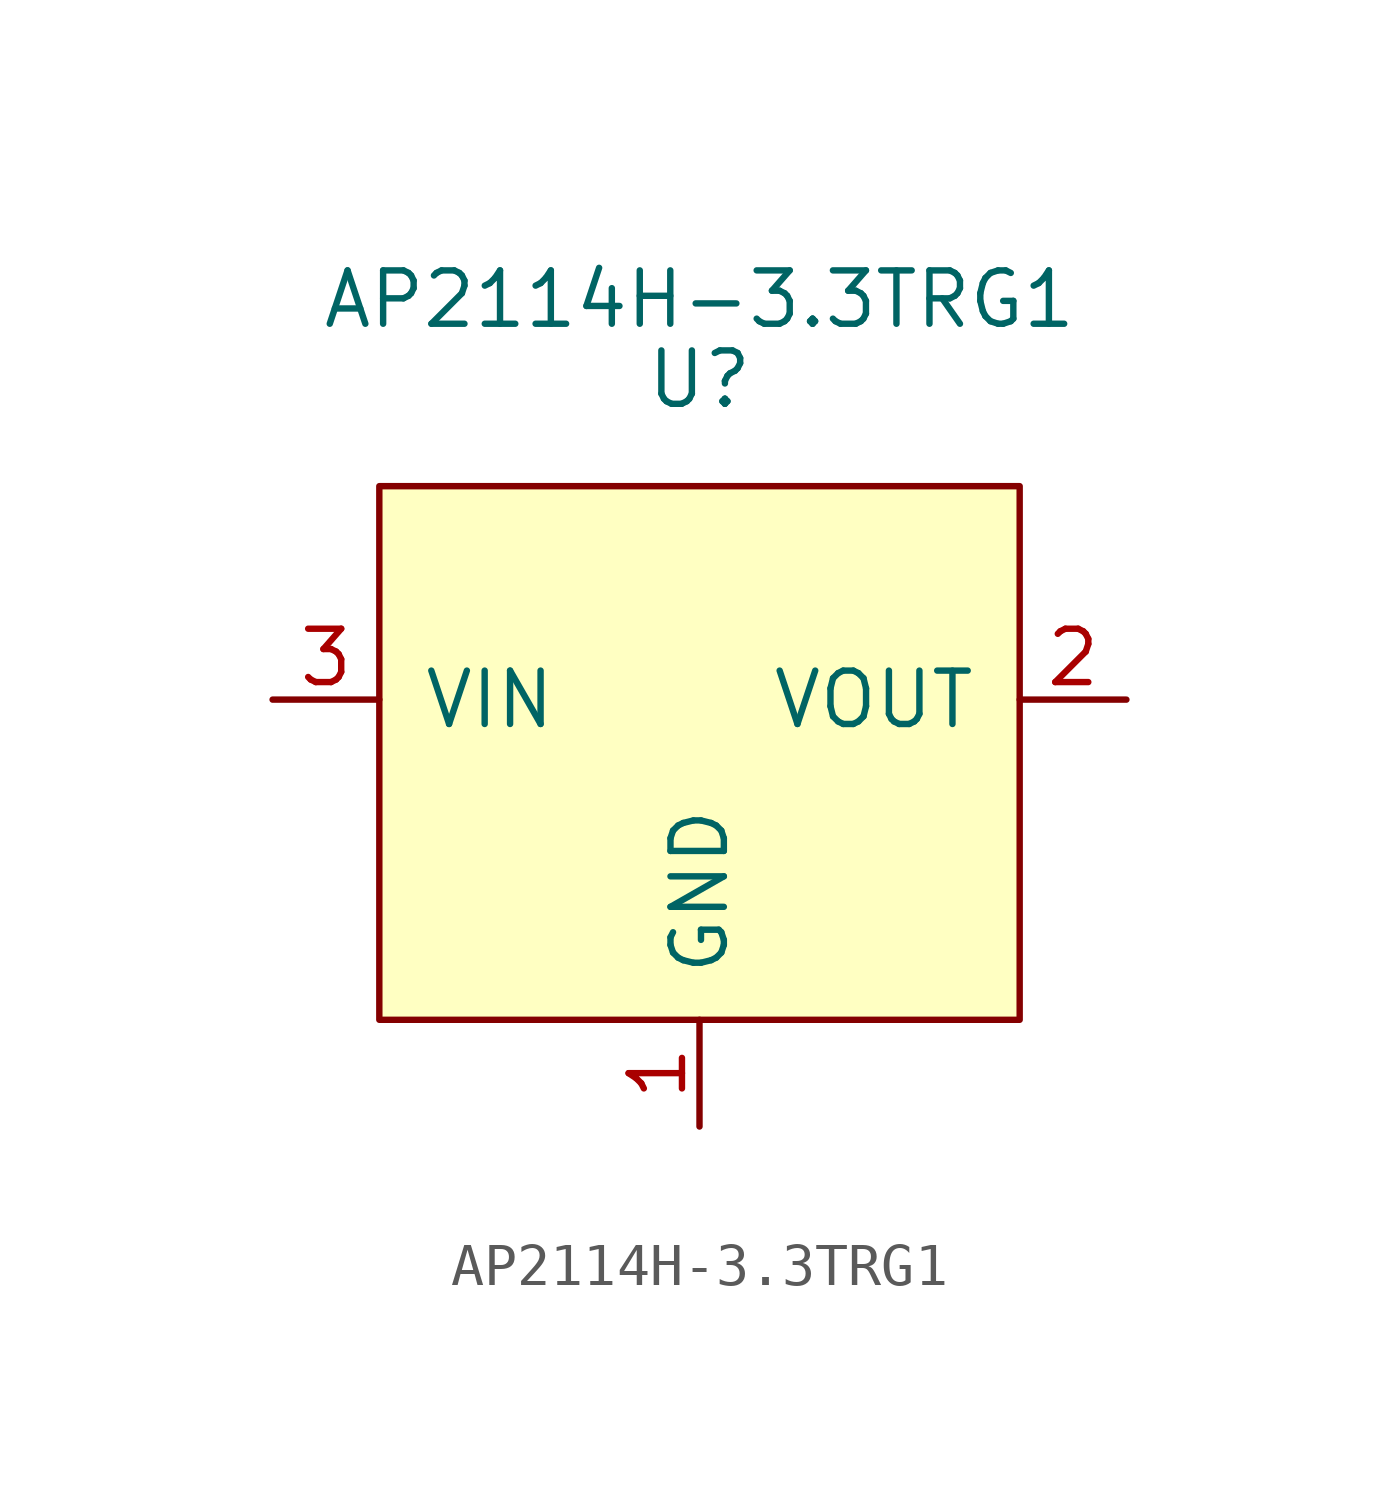
<source format=kicad_sym>
(kicad_symbol_lib
  (version 20211014)
  (generator kicad_symbol_editor)
  (symbol "AP2114H-3.3TRG1"
    (pin_names
      (offset 1.016))
    (property "Reference" "U"
      (at 0 6.35 0)
      (effects (font (size 1.27 1.27))))
    (property "Value" "AP2114H-3.3TRG1"
      (at 0 8.255 0)
      (effects (font (size 1.27 1.27))))
    (symbol "AP2114H-3.3TRG1_0_1"
      (rectangle (start -7.62 3.81) (end 7.62 -8.89) (stroke (width 0) (type default) (color 0 0 0 0)) (fill (type background))))
    (symbol "AP2114H-3.3TRG1_1_1"
      (pin input line (at 0 -11.43 90) (length 2.54) (name "GND" (effects (font (size 1.27 1.27)))) (number "1" (effects (font (size 1.27 1.27)))))
      (pin output line (at 10.16 -1.27 180) (length 2.54) (name "VOUT" (effects (font (size 1.27 1.27)))) (number "2" (effects (font (size 1.27 1.27)))))
      (pin input line (at -10.16 -1.27 0) (length 2.54) (name "VIN" (effects (font (size 1.27 1.27)))) (number "3" (effects (font (size 1.27 1.27))))))))
</source>
